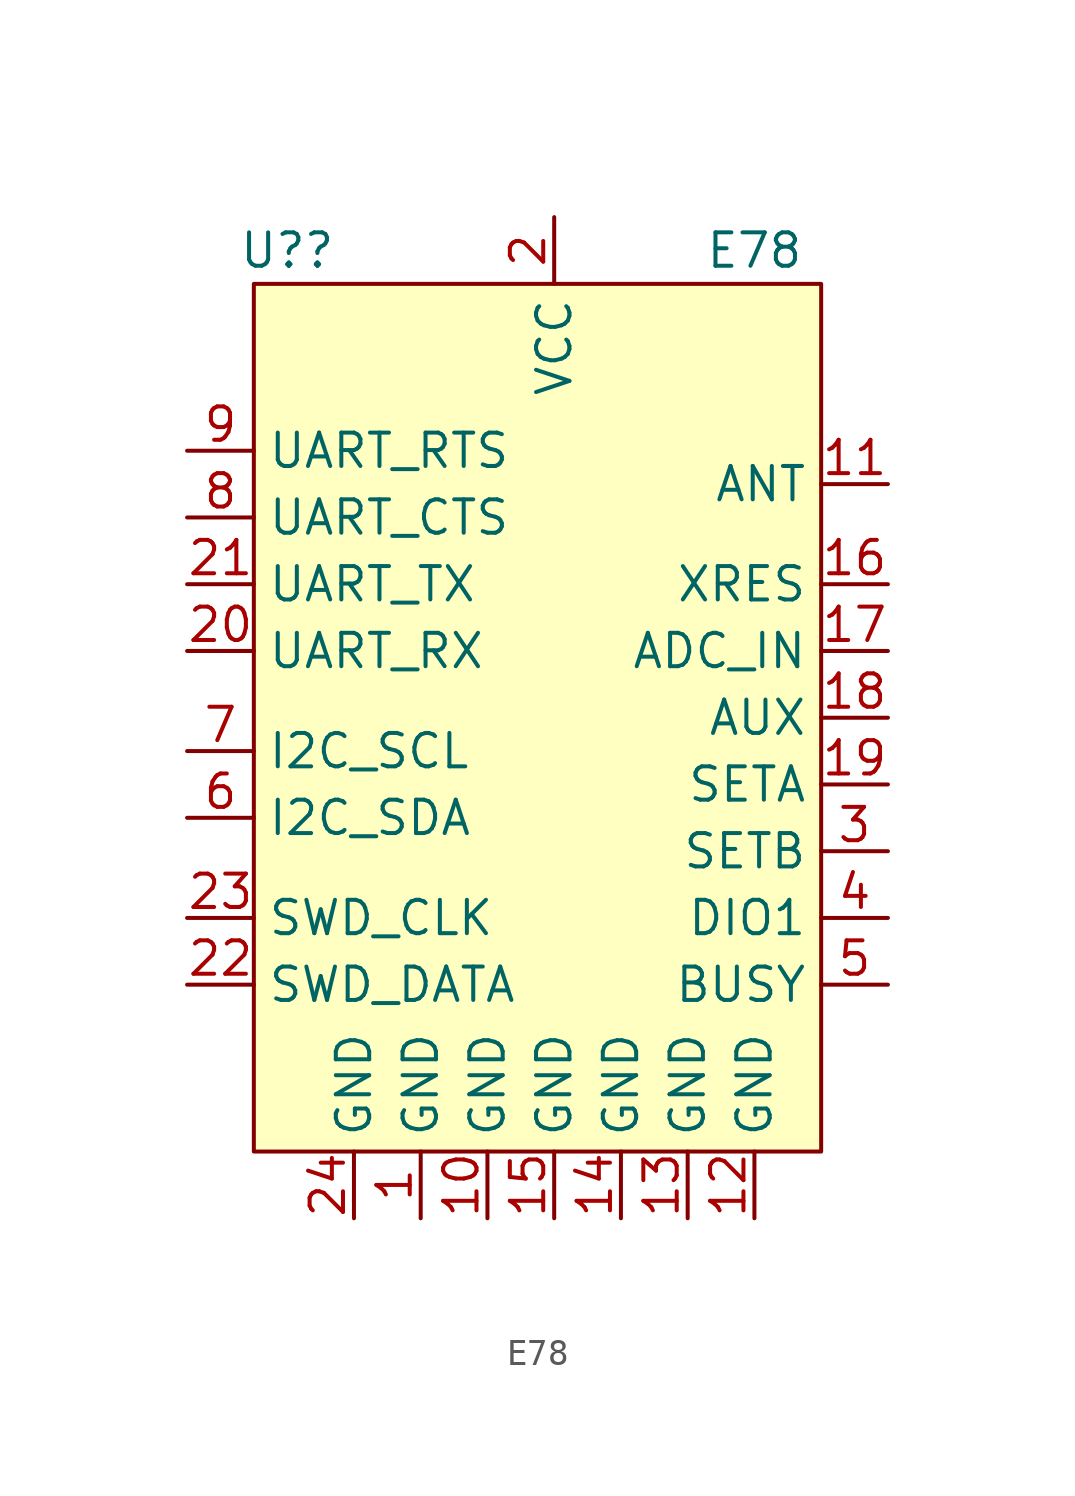
<source format=kicad_sym>
(kicad_symbol_lib
  (version 20211014)
  (generator kicad_symbol_editor)
  (symbol "E78"
    (property "Reference" "U?"
      (at 1.27 34.29 0)
      (effects (font (size 1.27 1.27))))
    (property "Value" "E78"
      (at 19.05 34.29 0)
      (effects (font (size 1.27 1.27))))
    (symbol "E78_0_1"
      (rectangle (start 0 33.02) (end 21.59 0) (stroke (width 0.152) (type default) (color 0 0 0 0)) (fill (type background))))
    (symbol "E78_1_1"
      (pin power_out line (at 6.35 -2.54 90) (length 2.54) (name "GND" (effects (font (size 1.27 1.27)))) (number "1" (effects (font (size 1.27 1.27)))))
      (pin power_out line (at 8.89 -2.54 90) (length 2.54) (name "GND" (effects (font (size 1.27 1.27)))) (number "10" (effects (font (size 1.27 1.27)))))
      (pin unspecified line (at 24.13 25.4 180) (length 2.54) (name "ANT" (effects (font (size 1.27 1.27)))) (number "11" (effects (font (size 1.27 1.27)))))
      (pin power_out line (at 19.05 -2.54 90) (length 2.54) (name "GND" (effects (font (size 1.27 1.27)))) (number "12" (effects (font (size 1.27 1.27)))))
      (pin power_out line (at 16.51 -2.54 90) (length 2.54) (name "GND" (effects (font (size 1.27 1.27)))) (number "13" (effects (font (size 1.27 1.27)))))
      (pin power_out line (at 13.97 -2.54 90) (length 2.54) (name "GND" (effects (font (size 1.27 1.27)))) (number "14" (effects (font (size 1.27 1.27)))))
      (pin power_out line (at 11.43 -2.54 90) (length 2.54) (name "GND" (effects (font (size 1.27 1.27)))) (number "15" (effects (font (size 1.27 1.27)))))
      (pin input line (at 24.13 21.59 180) (length 2.54) (name "XRES" (effects (font (size 1.27 1.27)))) (number "16" (effects (font (size 1.27 1.27)))))
      (pin input line (at 24.13 19.05 180) (length 2.54) (name "ADC_IN" (effects (font (size 1.27 1.27)))) (number "17" (effects (font (size 1.27 1.27)))))
      (pin bidirectional line (at 24.13 16.51 180) (length 2.54) (name "AUX" (effects (font (size 1.27 1.27)))) (number "18" (effects (font (size 1.27 1.27)))))
      (pin bidirectional line (at 24.13 13.97 180) (length 2.54) (name "SETA" (effects (font (size 1.27 1.27)))) (number "19" (effects (font (size 1.27 1.27)))))
      (pin power_in line (at 11.43 35.56 270) (length 2.54) (name "VCC" (effects (font (size 1.27 1.27)))) (number "2" (effects (font (size 1.27 1.27)))))
      (pin bidirectional line (at -2.54 19.05 0) (length 2.54) (name "UART_RX" (effects (font (size 1.27 1.27)))) (number "20" (effects (font (size 1.27 1.27)))))
      (pin bidirectional line (at -2.54 21.59 0) (length 2.54) (name "UART_TX" (effects (font (size 1.27 1.27)))) (number "21" (effects (font (size 1.27 1.27)))))
      (pin bidirectional line (at -2.54 6.35 0) (length 2.54) (name "SWD_DATA" (effects (font (size 1.27 1.27)))) (number "22" (effects (font (size 1.27 1.27)))))
      (pin bidirectional line (at -2.54 8.89 0) (length 2.54) (name "SWD_CLK" (effects (font (size 1.27 1.27)))) (number "23" (effects (font (size 1.27 1.27)))))
      (pin power_out line (at 3.81 -2.54 90) (length 2.54) (name "GND" (effects (font (size 1.27 1.27)))) (number "24" (effects (font (size 1.27 1.27)))))
      (pin input line (at 24.13 11.43 180) (length 2.54) (name "SETB" (effects (font (size 1.27 1.27)))) (number "3" (effects (font (size 1.27 1.27)))))
      (pin bidirectional line (at 24.13 8.89 180) (length 2.54) (name "DIO1" (effects (font (size 1.27 1.27)))) (number "4" (effects (font (size 1.27 1.27)))))
      (pin bidirectional line (at 24.13 6.35 180) (length 2.54) (name "BUSY" (effects (font (size 1.27 1.27)))) (number "5" (effects (font (size 1.27 1.27)))))
      (pin open_collector line (at -2.54 12.7 0) (length 2.54) (name "I2C_SDA" (effects (font (size 1.27 1.27)))) (number "6" (effects (font (size 1.27 1.27)))))
      (pin open_collector line (at -2.54 15.24 0) (length 2.54) (name "I2C_SCL" (effects (font (size 1.27 1.27)))) (number "7" (effects (font (size 1.27 1.27)))))
      (pin bidirectional line (at -2.54 24.13 0) (length 2.54) (name "UART_CTS" (effects (font (size 1.27 1.27)))) (number "8" (effects (font (size 1.27 1.27)))))
      (pin bidirectional line (at -2.54 26.67 0) (length 2.54) (name "UART_RTS" (effects (font (size 1.27 1.27)))) (number "9" (effects (font (size 1.27 1.27))))))))
</source>
